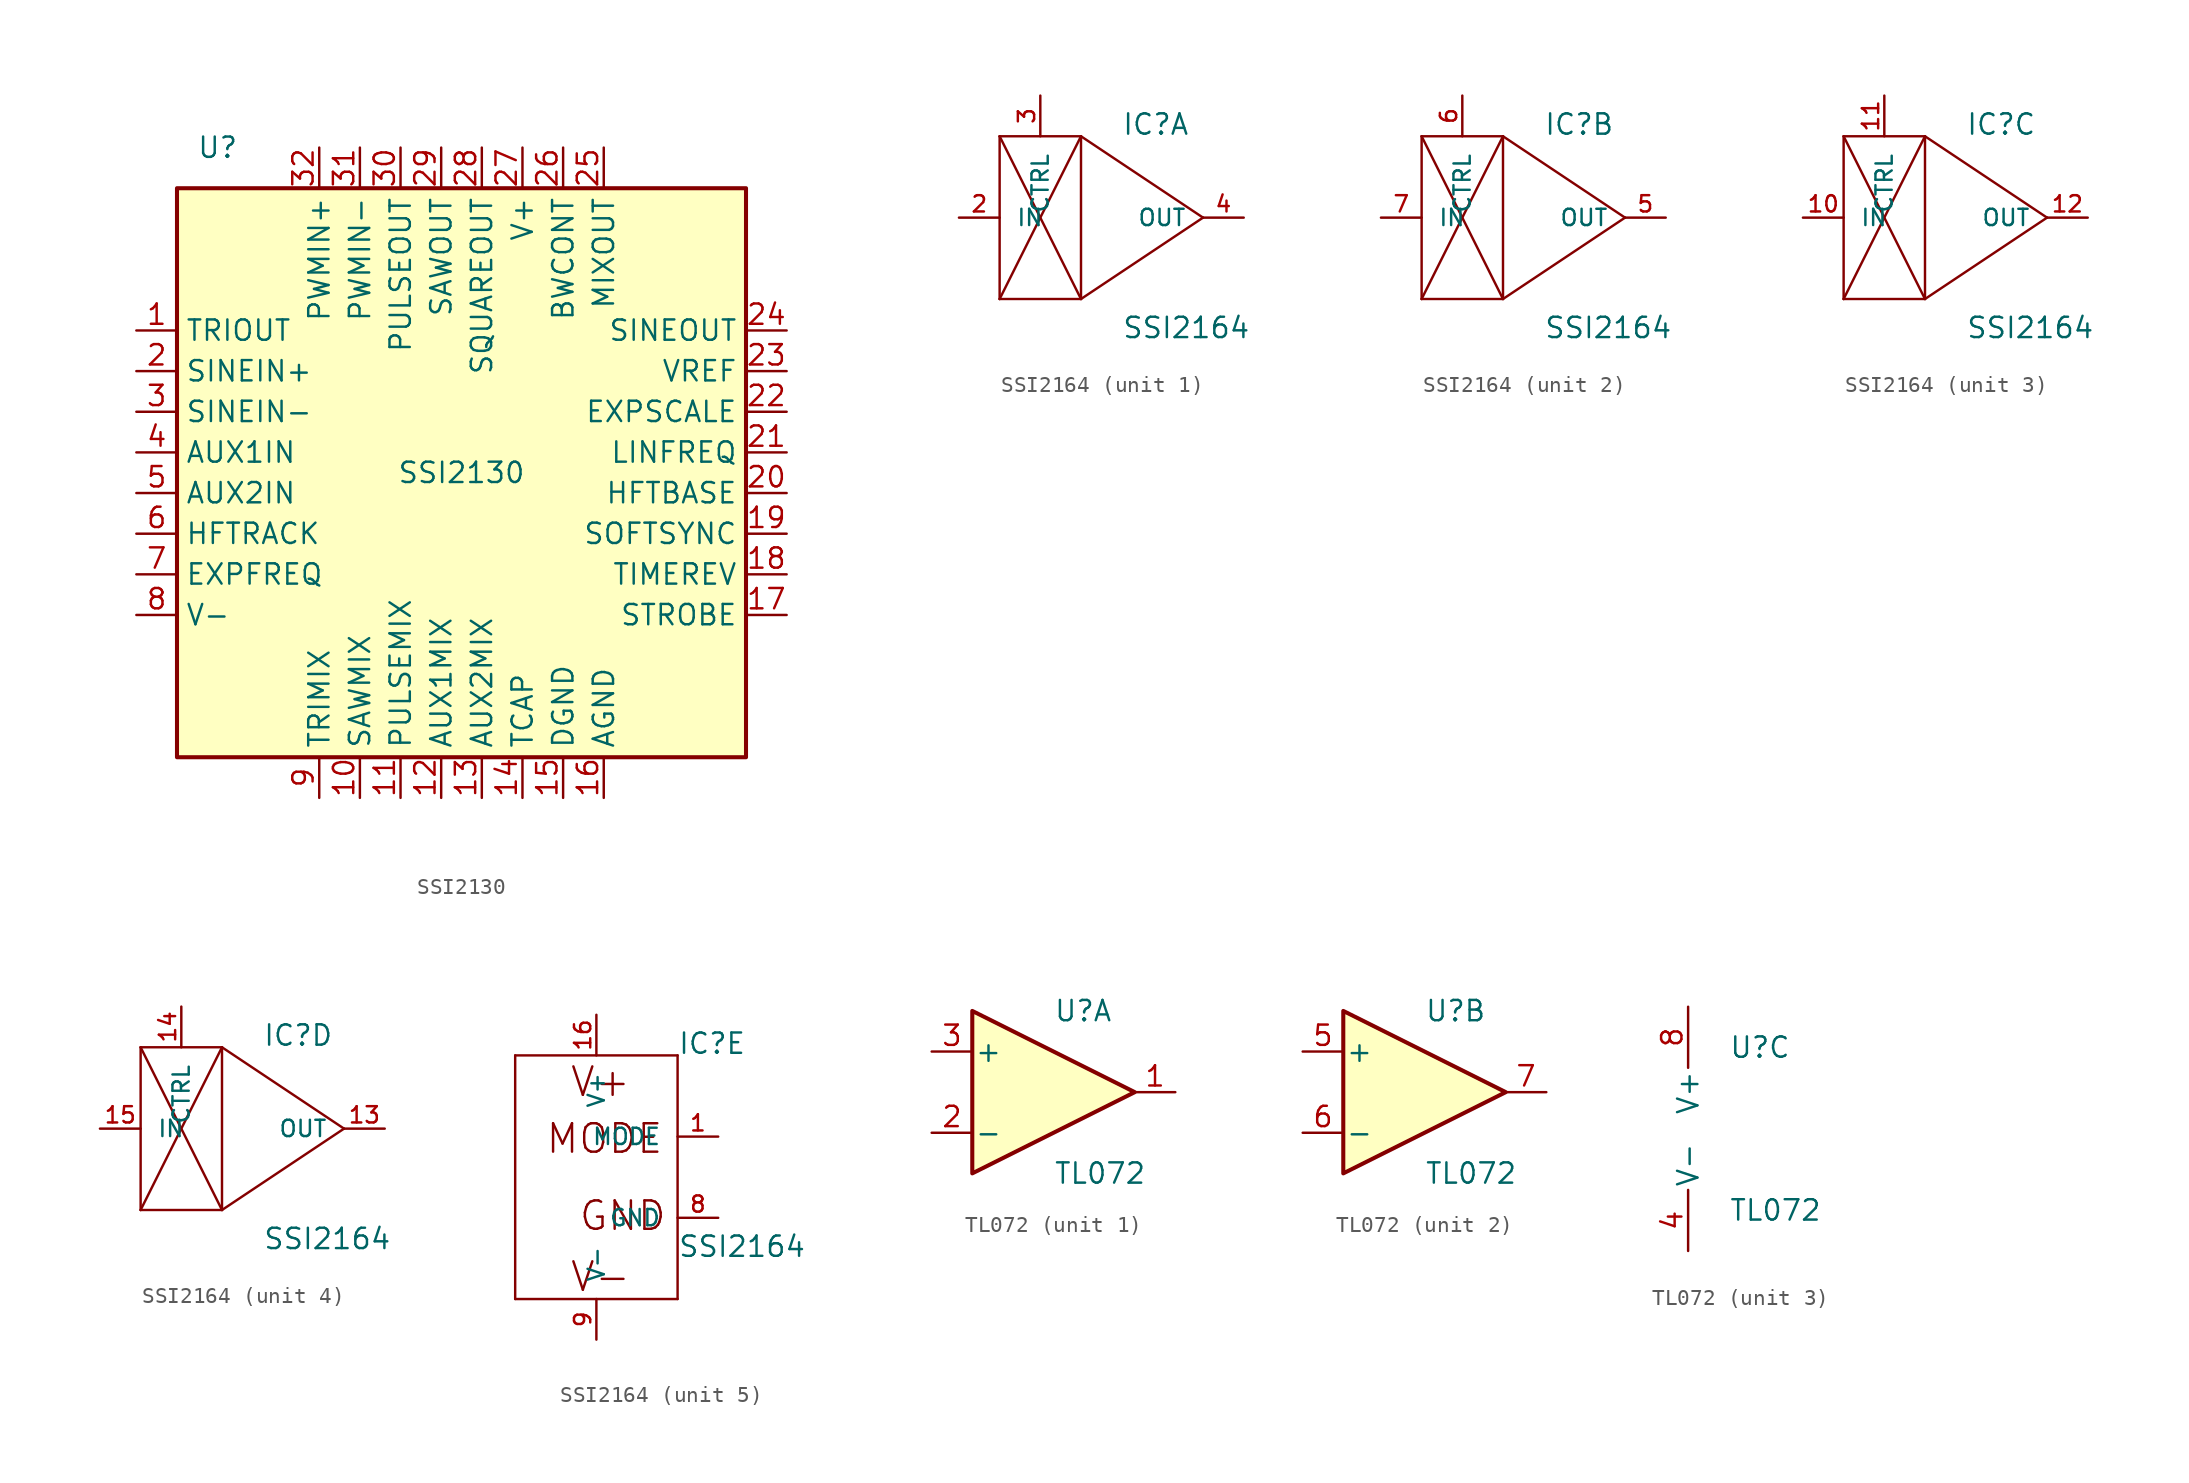
<source format=kicad_sym>
(kicad_symbol_lib
  (version 20201005)
  (generator kicad_symbol_editor)
  (symbol "custom_ic:SSI2130"
    (property "Reference" "U"
      (at -15.24 20.32 0)
      (effects (font (size 1.27 1.27))))
    (property "Value" "SSI2130"
      (at 0 0 0)
      (effects (font (size 1.27 1.27))))
    (symbol "SSI2130_0_1"
      (rectangle (start -17.78 17.78) (end 17.78 -17.78) (stroke (width 0.254)) (fill (type background))))
    (symbol "SSI2130_1_1"
      (pin output line (at -20.32 8.89 0) (length 2.54) (name "TRIOUT" (effects (font (size 1.27 1.27)))) (number "1" (effects (font (size 1.27 1.27)))))
      (pin input line (at -6.35 -20.32 90) (length 2.54) (name "SAWMIX" (effects (font (size 1.27 1.27)))) (number "10" (effects (font (size 1.27 1.27)))))
      (pin input line (at -3.81 -20.32 90) (length 2.54) (name "PULSEMIX" (effects (font (size 1.27 1.27)))) (number "11" (effects (font (size 1.27 1.27)))))
      (pin input line (at -1.27 -20.32 90) (length 2.54) (name "AUX1MIX" (effects (font (size 1.27 1.27)))) (number "12" (effects (font (size 1.27 1.27)))))
      (pin input line (at 1.27 -20.32 90) (length 2.54) (name "AUX2MIX" (effects (font (size 1.27 1.27)))) (number "13" (effects (font (size 1.27 1.27)))))
      (pin bidirectional line (at 3.81 -20.32 90) (length 2.54) (name "TCAP" (effects (font (size 1.27 1.27)))) (number "14" (effects (font (size 1.27 1.27)))))
      (pin power_in line (at 6.35 -20.32 90) (length 2.54) (name "DGND" (effects (font (size 1.27 1.27)))) (number "15" (effects (font (size 1.27 1.27)))))
      (pin power_in line (at 8.89 -20.32 90) (length 2.54) (name "AGND" (effects (font (size 1.27 1.27)))) (number "16" (effects (font (size 1.27 1.27)))))
      (pin input line (at 20.32 -8.89 180) (length 2.54) (name "STROBE" (effects (font (size 1.27 1.27)))) (number "17" (effects (font (size 1.27 1.27)))))
      (pin input line (at 20.32 -6.35 180) (length 2.54) (name "TIMEREV" (effects (font (size 1.27 1.27)))) (number "18" (effects (font (size 1.27 1.27)))))
      (pin input line (at 20.32 -3.81 180) (length 2.54) (name "SOFTSYNC" (effects (font (size 1.27 1.27)))) (number "19" (effects (font (size 1.27 1.27)))))
      (pin input line (at -20.32 6.35 0) (length 2.54) (name "SINEIN+" (effects (font (size 1.27 1.27)))) (number "2" (effects (font (size 1.27 1.27)))))
      (pin input line (at 20.32 -1.27 180) (length 2.54) (name "HFTBASE" (effects (font (size 1.27 1.27)))) (number "20" (effects (font (size 1.27 1.27)))))
      (pin input line (at 20.32 1.27 180) (length 2.54) (name "LINFREQ" (effects (font (size 1.27 1.27)))) (number "21" (effects (font (size 1.27 1.27)))))
      (pin input line (at 20.32 3.81 180) (length 2.54) (name "EXPSCALE" (effects (font (size 1.27 1.27)))) (number "22" (effects (font (size 1.27 1.27)))))
      (pin power_in line (at 20.32 6.35 180) (length 2.54) (name "VREF" (effects (font (size 1.27 1.27)))) (number "23" (effects (font (size 1.27 1.27)))))
      (pin output line (at 20.32 8.89 180) (length 2.54) (name "SINEOUT" (effects (font (size 1.27 1.27)))) (number "24" (effects (font (size 1.27 1.27)))))
      (pin output line (at 8.89 20.32 270) (length 2.54) (name "MIXOUT" (effects (font (size 1.27 1.27)))) (number "25" (effects (font (size 1.27 1.27)))))
      (pin input line (at 6.35 20.32 270) (length 2.54) (name "BWCONT" (effects (font (size 1.27 1.27)))) (number "26" (effects (font (size 1.27 1.27)))))
      (pin power_in line (at 3.81 20.32 270) (length 2.54) (name "V+" (effects (font (size 1.27 1.27)))) (number "27" (effects (font (size 1.27 1.27)))))
      (pin output line (at 1.27 20.32 270) (length 2.54) (name "SQUAREOUT" (effects (font (size 1.27 1.27)))) (number "28" (effects (font (size 1.27 1.27)))))
      (pin output line (at -1.27 20.32 270) (length 2.54) (name "SAWOUT" (effects (font (size 1.27 1.27)))) (number "29" (effects (font (size 1.27 1.27)))))
      (pin input line (at -20.32 3.81 0) (length 2.54) (name "SINEIN-" (effects (font (size 1.27 1.27)))) (number "3" (effects (font (size 1.27 1.27)))))
      (pin output line (at -3.81 20.32 270) (length 2.54) (name "PULSEOUT" (effects (font (size 1.27 1.27)))) (number "30" (effects (font (size 1.27 1.27)))))
      (pin input line (at -6.35 20.32 270) (length 2.54) (name "PWMIN-" (effects (font (size 1.27 1.27)))) (number "31" (effects (font (size 1.27 1.27)))))
      (pin input line (at -8.89 20.32 270) (length 2.54) (name "PWMIN+" (effects (font (size 1.27 1.27)))) (number "32" (effects (font (size 1.27 1.27)))))
      (pin input line (at -20.32 1.27 0) (length 2.54) (name "AUX1IN" (effects (font (size 1.27 1.27)))) (number "4" (effects (font (size 1.27 1.27)))))
      (pin input line (at -20.32 -1.27 0) (length 2.54) (name "AUX2IN" (effects (font (size 1.27 1.27)))) (number "5" (effects (font (size 1.27 1.27)))))
      (pin output line (at -20.32 -3.81 0) (length 2.54) (name "HFTRACK" (effects (font (size 1.27 1.27)))) (number "6" (effects (font (size 1.27 1.27)))))
      (pin input line (at -20.32 -6.35 0) (length 2.54) (name "EXPFREQ" (effects (font (size 1.27 1.27)))) (number "7" (effects (font (size 1.27 1.27)))))
      (pin power_in line (at -20.32 -8.89 0) (length 2.54) (name "V-" (effects (font (size 1.27 1.27)))) (number "8" (effects (font (size 1.27 1.27)))))
      (pin input line (at -8.89 -20.32 90) (length 2.54) (name "TRIMIX" (effects (font (size 1.27 1.27)))) (number "9" (effects (font (size 1.27 1.27)))))))
  (symbol "custom_ic:SSI2164"
    (pin_names
      (offset 1.016))
    (property "Reference" "IC"
      (at 5.08 5.08 0)
      (effects (font (size 1.27 1.27)) (justify left bottom)))
    (property "Value" "SSI2164"
      (at 5.08 -7.62 0)
      (effects (font (size 1.27 1.27)) (justify left bottom)))
    (property "ki_locked" ""
      (at 0 0 0)
      (effects (font (size 1.27 1.27))))
    (symbol "SSI2164_1_0"
      (polyline (pts (xy -2.54 5.08) (xy -2.54 -5.08)) (stroke (width 0)) (fill (type none)))
      (polyline (pts (xy -2.54 -5.08) (xy 2.54 -5.08)) (stroke (width 0)) (fill (type none)))
      (polyline (pts (xy 2.54 -5.08) (xy 2.54 5.08)) (stroke (width 0)) (fill (type none)))
      (polyline (pts (xy 2.54 5.08) (xy -2.54 5.08)) (stroke (width 0)) (fill (type none)))
      (polyline (pts (xy -2.54 5.08) (xy 2.54 -5.08)) (stroke (width 0)) (fill (type none)))
      (polyline (pts (xy -2.54 -5.08) (xy 2.54 5.08)) (stroke (width 0)) (fill (type none)))
      (polyline (pts (xy 2.54 5.08) (xy 10.16 0)) (stroke (width 0)) (fill (type none)))
      (polyline (pts (xy 10.16 0) (xy 2.54 -5.08)) (stroke (width 0)) (fill (type none))))
    (symbol "SSI2164_1_1"
      (pin input line (at 0 7.62 270) (length 2.54) (name "CTRL" (effects (font (size 1.016 1.016)))) (number "3" (effects (font (size 1.016 1.016)))))
      (pin input line (at -5.08 0 0) (length 2.54) (name "IN" (effects (font (size 1.016 1.016)))) (number "2" (effects (font (size 1.016 1.016)))))
      (pin output line (at 12.7 0 180) (length 2.54) (name "OUT" (effects (font (size 1.016 1.016)))) (number "4" (effects (font (size 1.016 1.016))))))
    (symbol "SSI2164_2_0"
      (polyline (pts (xy -2.54 5.08) (xy -2.54 -5.08)) (stroke (width 0)) (fill (type none)))
      (polyline (pts (xy -2.54 -5.08) (xy 2.54 -5.08)) (stroke (width 0)) (fill (type none)))
      (polyline (pts (xy 2.54 -5.08) (xy 2.54 5.08)) (stroke (width 0)) (fill (type none)))
      (polyline (pts (xy 2.54 5.08) (xy -2.54 5.08)) (stroke (width 0)) (fill (type none)))
      (polyline (pts (xy -2.54 5.08) (xy 2.54 -5.08)) (stroke (width 0)) (fill (type none)))
      (polyline (pts (xy -2.54 -5.08) (xy 2.54 5.08)) (stroke (width 0)) (fill (type none)))
      (polyline (pts (xy 2.54 5.08) (xy 10.16 0)) (stroke (width 0)) (fill (type none)))
      (polyline (pts (xy 10.16 0) (xy 2.54 -5.08)) (stroke (width 0)) (fill (type none))))
    (symbol "SSI2164_2_1"
      (pin input line (at 0 7.62 270) (length 2.54) (name "CTRL" (effects (font (size 1.016 1.016)))) (number "6" (effects (font (size 1.016 1.016)))))
      (pin input line (at -5.08 0 0) (length 2.54) (name "IN" (effects (font (size 1.016 1.016)))) (number "7" (effects (font (size 1.016 1.016)))))
      (pin output line (at 12.7 0 180) (length 2.54) (name "OUT" (effects (font (size 1.016 1.016)))) (number "5" (effects (font (size 1.016 1.016))))))
    (symbol "SSI2164_3_0"
      (polyline (pts (xy -2.54 5.08) (xy -2.54 -5.08)) (stroke (width 0)) (fill (type none)))
      (polyline (pts (xy -2.54 -5.08) (xy 2.54 -5.08)) (stroke (width 0)) (fill (type none)))
      (polyline (pts (xy 2.54 -5.08) (xy 2.54 5.08)) (stroke (width 0)) (fill (type none)))
      (polyline (pts (xy 2.54 5.08) (xy -2.54 5.08)) (stroke (width 0)) (fill (type none)))
      (polyline (pts (xy -2.54 5.08) (xy 2.54 -5.08)) (stroke (width 0)) (fill (type none)))
      (polyline (pts (xy -2.54 -5.08) (xy 2.54 5.08)) (stroke (width 0)) (fill (type none)))
      (polyline (pts (xy 2.54 5.08) (xy 10.16 0)) (stroke (width 0)) (fill (type none)))
      (polyline (pts (xy 10.16 0) (xy 2.54 -5.08)) (stroke (width 0)) (fill (type none))))
    (symbol "SSI2164_3_1"
      (pin input line (at 0 7.62 270) (length 2.54) (name "CTRL" (effects (font (size 1.016 1.016)))) (number "11" (effects (font (size 1.016 1.016)))))
      (pin input line (at -5.08 0 0) (length 2.54) (name "IN" (effects (font (size 1.016 1.016)))) (number "10" (effects (font (size 1.016 1.016)))))
      (pin output line (at 12.7 0 180) (length 2.54) (name "OUT" (effects (font (size 1.016 1.016)))) (number "12" (effects (font (size 1.016 1.016))))))
    (symbol "SSI2164_4_0"
      (polyline (pts (xy -2.54 5.08) (xy -2.54 -5.08)) (stroke (width 0)) (fill (type none)))
      (polyline (pts (xy -2.54 -5.08) (xy 2.54 -5.08)) (stroke (width 0)) (fill (type none)))
      (polyline (pts (xy 2.54 -5.08) (xy 2.54 5.08)) (stroke (width 0)) (fill (type none)))
      (polyline (pts (xy 2.54 5.08) (xy -2.54 5.08)) (stroke (width 0)) (fill (type none)))
      (polyline (pts (xy -2.54 5.08) (xy 2.54 -5.08)) (stroke (width 0)) (fill (type none)))
      (polyline (pts (xy -2.54 -5.08) (xy 2.54 5.08)) (stroke (width 0)) (fill (type none)))
      (polyline (pts (xy 2.54 5.08) (xy 10.16 0)) (stroke (width 0)) (fill (type none)))
      (polyline (pts (xy 10.16 0) (xy 2.54 -5.08)) (stroke (width 0)) (fill (type none))))
    (symbol "SSI2164_4_1"
      (pin input line (at 0 7.62 270) (length 2.54) (name "CTRL" (effects (font (size 1.016 1.016)))) (number "14" (effects (font (size 1.016 1.016)))))
      (pin input line (at -5.08 0 0) (length 2.54) (name "IN" (effects (font (size 1.016 1.016)))) (number "15" (effects (font (size 1.016 1.016)))))
      (pin output line (at 12.7 0 180) (length 2.54) (name "OUT" (effects (font (size 1.016 1.016)))) (number "13" (effects (font (size 1.016 1.016))))))
    (symbol "SSI2164_5_0"
      (text "V+" (at 0.254 3.429 0) (effects (font (size 1.778 1.778))))
      (text "V-" (at 0.254 -8.763 0) (effects (font (size 1.778 1.778))))
      (text "GND" (at 1.651 -4.953 0) (effects (font (size 1.778 1.778))))
      (text "MODE" (at 0.508 -0.127 0) (effects (font (size 1.778 1.778))))
      (polyline (pts (xy -5.08 5.08) (xy 5.08 5.08)) (stroke (width 0)) (fill (type none)))
      (polyline (pts (xy 5.08 5.08) (xy 5.08 -10.16)) (stroke (width 0)) (fill (type none)))
      (polyline (pts (xy 5.08 -10.16) (xy -5.08 -10.16)) (stroke (width 0)) (fill (type none)))
      (polyline (pts (xy -5.08 -10.16) (xy -5.08 5.08)) (stroke (width 0)) (fill (type none))))
    (symbol "SSI2164_5_1"
      (pin power_in line (at 7.62 -5.08 180) (length 2.54) (name "GND" (effects (font (size 1.016 1.016)))) (number "8" (effects (font (size 1.016 1.016)))))
      (pin input line (at 7.62 0 180) (length 2.54) (name "MODE" (effects (font (size 1.016 1.016)))) (number "1" (effects (font (size 1.016 1.016)))))
      (pin power_in line (at 0 7.62 270) (length 2.54) (name "V+" (effects (font (size 1.016 1.016)))) (number "16" (effects (font (size 1.016 1.016)))))
      (pin power_in line (at 0 -12.7 90) (length 2.54) (name "V-" (effects (font (size 1.016 1.016)))) (number "9" (effects (font (size 1.016 1.016)))))))
  (symbol "custom_ic:TL072"
    (pin_names
      (offset 0.127))
    (property "Reference" "U"
      (at 0 5.08 0)
      (effects (font (size 1.27 1.27)) (justify left)))
    (property "Value" "TL072"
      (at 0 -5.08 0)
      (effects (font (size 1.27 1.27)) (justify left)))
    (property "ki_locked" ""
      (at 0 0 0)
      (effects (font (size 1.27 1.27))))
    (symbol "TL072_1_1"
      (polyline (pts (xy -5.08 5.08) (xy 5.08 0) (xy -5.08 -5.08) (xy -5.08 5.08)) (stroke (width 0.254)) (fill (type background)))
      (pin output line (at 7.62 0 180) (length 2.54) (name "~" (effects (font (size 1.27 1.27)))) (number "1" (effects (font (size 1.27 1.27)))))
      (pin input line (at -7.62 -2.54 0) (length 2.54) (name "-" (effects (font (size 1.27 1.27)))) (number "2" (effects (font (size 1.27 1.27)))))
      (pin input line (at -7.62 2.54 0) (length 2.54) (name "+" (effects (font (size 1.27 1.27)))) (number "3" (effects (font (size 1.27 1.27))))))
    (symbol "TL072_2_1"
      (polyline (pts (xy -5.08 5.08) (xy 5.08 0) (xy -5.08 -5.08) (xy -5.08 5.08)) (stroke (width 0.254)) (fill (type background)))
      (pin input line (at -7.62 2.54 0) (length 2.54) (name "+" (effects (font (size 1.27 1.27)))) (number "5" (effects (font (size 1.27 1.27)))))
      (pin input line (at -7.62 -2.54 0) (length 2.54) (name "-" (effects (font (size 1.27 1.27)))) (number "6" (effects (font (size 1.27 1.27)))))
      (pin output line (at 7.62 0 180) (length 2.54) (name "~" (effects (font (size 1.27 1.27)))) (number "7" (effects (font (size 1.27 1.27))))))
    (symbol "TL072_3_1"
      (pin power_in line (at -2.54 -7.62 90) (length 3.81) (name "V-" (effects (font (size 1.27 1.27)))) (number "4" (effects (font (size 1.27 1.27)))))
      (pin power_in line (at -2.54 7.62 270) (length 3.81) (name "V+" (effects (font (size 1.27 1.27)))) (number "8" (effects (font (size 1.27 1.27))))))))
</source>
